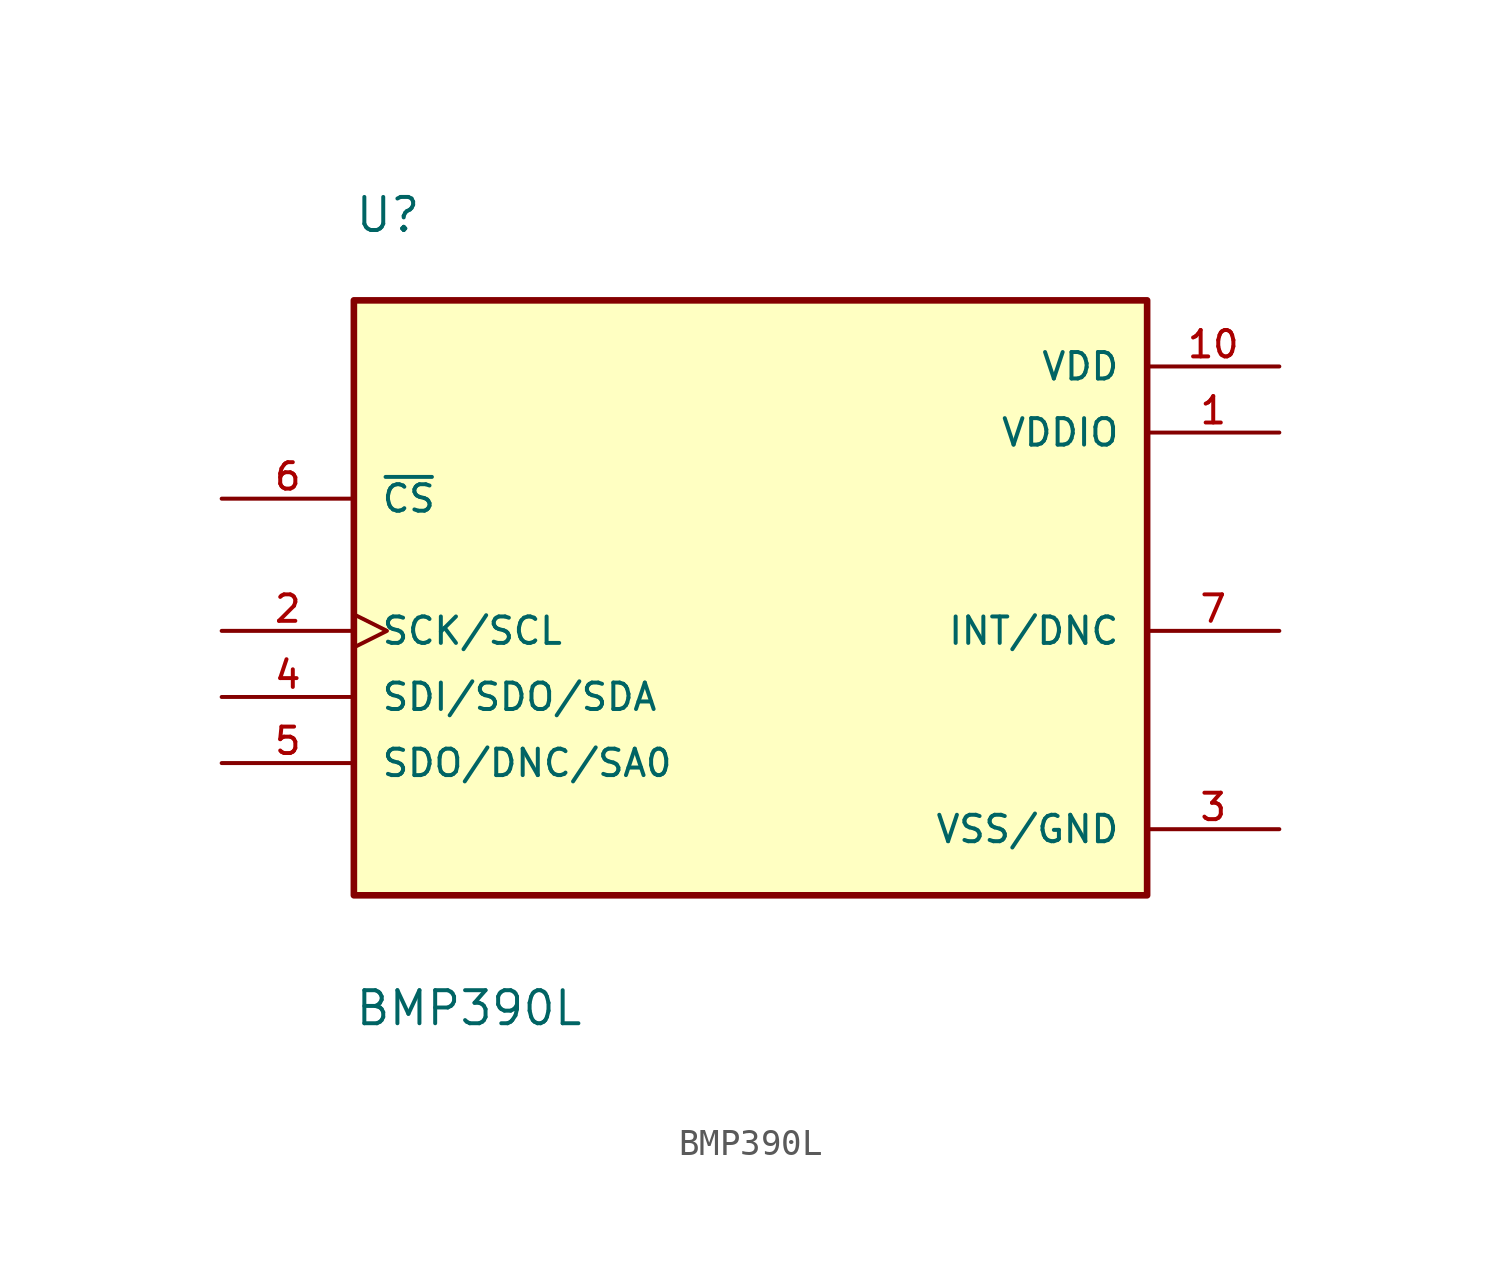
<source format=kicad_sym>
(kicad_symbol_lib
  (version 20211014)
  (generator kicad_symbol_editor)
  (symbol "BMP390L"
    (pin_names
      (offset 1.016))
    (property "Reference" "U"
      (at -15.24 15.24 0)
      (effects (font (size 1.27 1.27)) (justify bottom left)))
    (property "Value" "BMP390L"
      (at -15.24 -15.24 0)
      (effects (font (size 1.27 1.27)) (justify bottom left)))
    (symbol "BMP390L_0_0"
      (rectangle (start -15.24 -10.16) (end 15.24 12.7) (stroke (width 0.254)) (fill (type background)))
      (pin power_in line (at 20.32 10.16 180.0) (length 5.08) (name "VDD" (effects (font (size 1.016 1.016)))) (number "10" (effects (font (size 1.016 1.016)))))
      (pin power_in line (at 20.32 7.62 180.0) (length 5.08) (name "VDDIO" (effects (font (size 1.016 1.016)))) (number "1" (effects (font (size 1.016 1.016)))))
      (pin input line (at -20.32 5.08 0) (length 5.08) (name "~{CS}" (effects (font (size 1.016 1.016)))) (number "6" (effects (font (size 1.016 1.016)))))
      (pin input clock (at -20.32 0.0 0) (length 5.08) (name "SCK/SCL" (effects (font (size 1.016 1.016)))) (number "2" (effects (font (size 1.016 1.016)))))
      (pin bidirectional line (at -20.32 -2.54 0) (length 5.08) (name "SDI/SDO/SDA" (effects (font (size 1.016 1.016)))) (number "4" (effects (font (size 1.016 1.016)))))
      (pin bidirectional line (at -20.32 -5.08 0) (length 5.08) (name "SDO/DNC/SA0" (effects (font (size 1.016 1.016)))) (number "5" (effects (font (size 1.016 1.016)))))
      (pin output line (at 20.32 0.0 180.0) (length 5.08) (name "INT/DNC" (effects (font (size 1.016 1.016)))) (number "7" (effects (font (size 1.016 1.016)))))
      (pin power_in line (at 20.32 -7.62 180.0) (length 5.08) (name "VSS/GND" (effects (font (size 1.016 1.016)))) (number "3" (effects (font (size 1.016 1.016)))))
      (pin power_in line (at 20.32 -7.62 180.0) (length 5.08) hide (name "VSS/GND" (effects (font (size 1.016 1.016)))) (number "8" (effects (font (size 1.016 1.016)))))
      (pin power_in line (at 20.32 -7.62 180.0) (length 5.08) hide (name "VSS/GND" (effects (font (size 1.016 1.016)))) (number "9" (effects (font (size 1.016 1.016))))))))
</source>
